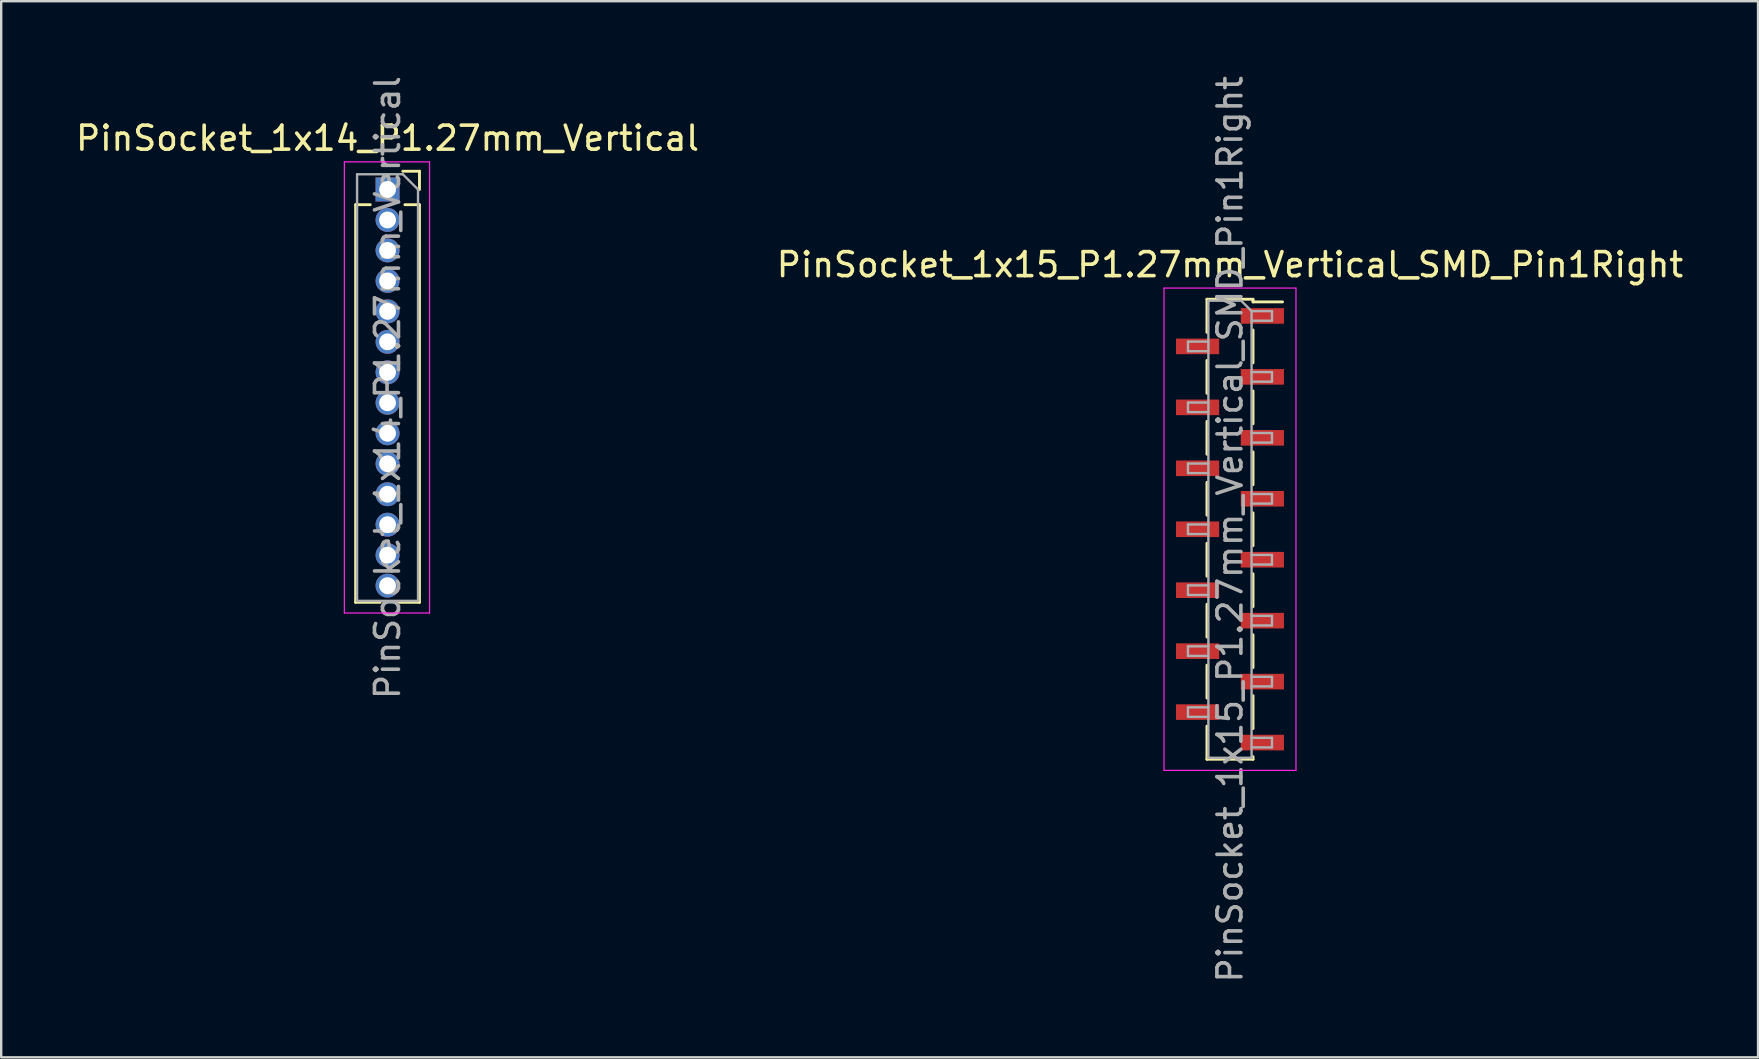
<source format=kicad_pcb>
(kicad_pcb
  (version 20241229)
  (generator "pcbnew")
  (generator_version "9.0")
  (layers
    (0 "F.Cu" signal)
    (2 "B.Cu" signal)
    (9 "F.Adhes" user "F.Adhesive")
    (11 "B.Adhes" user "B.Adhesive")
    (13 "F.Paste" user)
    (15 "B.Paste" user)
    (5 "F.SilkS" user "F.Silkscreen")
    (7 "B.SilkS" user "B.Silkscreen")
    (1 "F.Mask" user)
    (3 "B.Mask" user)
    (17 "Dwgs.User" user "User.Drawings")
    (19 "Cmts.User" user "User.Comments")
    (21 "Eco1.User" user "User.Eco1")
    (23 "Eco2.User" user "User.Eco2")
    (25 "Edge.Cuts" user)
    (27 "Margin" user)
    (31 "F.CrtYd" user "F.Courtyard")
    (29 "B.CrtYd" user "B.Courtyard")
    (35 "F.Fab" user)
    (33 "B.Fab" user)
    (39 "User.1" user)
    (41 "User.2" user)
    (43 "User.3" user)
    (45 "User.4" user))
  (footprint "PinSocket_1x15_P1.27mm_Vertical_SMD_Pin1Right"
    (layer "F.Cu")
    (at 48.208 19.006)
    (property "Reference" "PinSocket_1x15_P1.27mm_Vertical_SMD_Pin1Right" (at 0 -11.025 0) (layer "F.SilkS") (effects (font (size 1 1) (thickness 0.15))))
    (attr smd)
    (fp_line (start -0.96 -9.585) (end -0.96 -8.205) (stroke (width 0.12) (type solid)) (layer "F.SilkS"))
    (fp_line (start -0.96 -9.585) (end 0.96 -9.585) (stroke (width 0.12) (type solid)) (layer "F.SilkS"))
    (fp_line (start -0.96 -7.035) (end -0.96 -5.665) (stroke (width 0.12) (type solid)) (layer "F.SilkS"))
    (fp_line (start -0.96 -4.495) (end -0.96 -3.125) (stroke (width 0.12) (type solid)) (layer "F.SilkS"))
    (fp_line (start -0.96 -1.955) (end -0.96 -0.585) (stroke (width 0.12) (type solid)) (layer "F.SilkS"))
    (fp_line (start -0.96 0.585) (end -0.96 1.955) (stroke (width 0.12) (type solid)) (layer "F.SilkS"))
    (fp_line (start -0.96 3.125) (end -0.96 4.495) (stroke (width 0.12) (type solid)) (layer "F.SilkS"))
    (fp_line (start -0.96 5.665) (end -0.96 7.035) (stroke (width 0.12) (type solid)) (layer "F.SilkS"))
    (fp_line (start -0.96 8.205) (end -0.96 9.585) (stroke (width 0.12) (type solid)) (layer "F.SilkS"))
    (fp_line (start -0.96 9.585) (end 0.96 9.585) (stroke (width 0.12) (type solid)) (layer "F.SilkS"))
    (fp_line (start 0.96 -9.585) (end 0.96 -9.475) (stroke (width 0.12) (type solid)) (layer "F.SilkS"))
    (fp_line (start 0.96 -9.475) (end 2.19 -9.475) (stroke (width 0.12) (type solid)) (layer "F.SilkS"))
    (fp_line (start 0.96 -8.305) (end 0.96 -6.935) (stroke (width 0.12) (type solid)) (layer "F.SilkS"))
    (fp_line (start 0.96 -5.765) (end 0.96 -4.395) (stroke (width 0.12) (type solid)) (layer "F.SilkS"))
    (fp_line (start 0.96 -3.225) (end 0.96 -1.855) (stroke (width 0.12) (type solid)) (layer "F.SilkS"))
    (fp_line (start 0.96 -0.685) (end 0.96 0.685) (stroke (width 0.12) (type solid)) (layer "F.SilkS"))
    (fp_line (start 0.96 1.855) (end 0.96 3.225) (stroke (width 0.12) (type solid)) (layer "F.SilkS"))
    (fp_line (start 0.96 4.395) (end 0.96 5.765) (stroke (width 0.12) (type solid)) (layer "F.SilkS"))
    (fp_line (start 0.96 6.935) (end 0.96 8.305) (stroke (width 0.12) (type solid)) (layer "F.SilkS"))
    (fp_line (start 0.96 9.475) (end 0.96 9.585) (stroke (width 0.12) (type solid)) (layer "F.SilkS"))
    (fp_line (start -2.75 -10.05) (end 2.75 -10.05) (stroke (width 0.05) (type solid)) (layer "F.CrtYd"))
    (fp_line (start -2.75 10.05) (end -2.75 -10.05) (stroke (width 0.05) (type solid)) (layer "F.CrtYd"))
    (fp_line (start 2.75 -10.05) (end 2.75 10.05) (stroke (width 0.05) (type solid)) (layer "F.CrtYd"))
    (fp_line (start 2.75 10.05) (end -2.75 10.05) (stroke (width 0.05) (type solid)) (layer "F.CrtYd"))
    (fp_line (start -1.75 -7.82) (end -0.9 -7.82) (stroke (width 0.1) (type solid)) (layer "F.Fab"))
    (fp_line (start -1.75 -7.42) (end -1.75 -7.82) (stroke (width 0.1) (type solid)) (layer "F.Fab"))
    (fp_line (start -1.75 -5.28) (end -0.9 -5.28) (stroke (width 0.1) (type solid)) (layer "F.Fab"))
    (fp_line (start -1.75 -4.88) (end -1.75 -5.28) (stroke (width 0.1) (type solid)) (layer "F.Fab"))
    (fp_line (start -1.75 -2.74) (end -0.9 -2.74) (stroke (width 0.1) (type solid)) (layer "F.Fab"))
    (fp_line (start -1.75 -2.34) (end -1.75 -2.74) (stroke (width 0.1) (type solid)) (layer "F.Fab"))
    (fp_line (start -1.75 -0.2) (end -0.9 -0.2) (stroke (width 0.1) (type solid)) (layer "F.Fab"))
    (fp_line (start -1.75 0.2) (end -1.75 -0.2) (stroke (width 0.1) (type solid)) (layer "F.Fab"))
    (fp_line (start -1.75 2.34) (end -0.9 2.34) (stroke (width 0.1) (type solid)) (layer "F.Fab"))
    (fp_line (start -1.75 2.74) (end -1.75 2.34) (stroke (width 0.1) (type solid)) (layer "F.Fab"))
    (fp_line (start -1.75 4.88) (end -0.9 4.88) (stroke (width 0.1) (type solid)) (layer "F.Fab"))
    (fp_line (start -1.75 5.28) (end -1.75 4.88) (stroke (width 0.1) (type solid)) (layer "F.Fab"))
    (fp_line (start -1.75 7.42) (end -0.9 7.42) (stroke (width 0.1) (type solid)) (layer "F.Fab"))
    (fp_line (start -1.75 7.82) (end -1.75 7.42) (stroke (width 0.1) (type solid)) (layer "F.Fab"))
    (fp_line (start -0.9 -9.525) (end 0.465 -9.525) (stroke (width 0.1) (type solid)) (layer "F.Fab"))
    (fp_line (start -0.9 -7.42) (end -1.75 -7.42) (stroke (width 0.1) (type solid)) (layer "F.Fab"))
    (fp_line (start -0.9 -4.88) (end -1.75 -4.88) (stroke (width 0.1) (type solid)) (layer "F.Fab"))
    (fp_line (start -0.9 -2.34) (end -1.75 -2.34) (stroke (width 0.1) (type solid)) (layer "F.Fab"))
    (fp_line (start -0.9 0.2) (end -1.75 0.2) (stroke (width 0.1) (type solid)) (layer "F.Fab"))
    (fp_line (start -0.9 2.74) (end -1.75 2.74) (stroke (width 0.1) (type solid)) (layer "F.Fab"))
    (fp_line (start -0.9 5.28) (end -1.75 5.28) (stroke (width 0.1) (type solid)) (layer "F.Fab"))
    (fp_line (start -0.9 7.82) (end -1.75 7.82) (stroke (width 0.1) (type solid)) (layer "F.Fab"))
    (fp_line (start -0.9 9.525) (end -0.9 -9.525) (stroke (width 0.1) (type solid)) (layer "F.Fab"))
    (fp_line (start 0.465 -9.525) (end 0.9 -9.09) (stroke (width 0.1) (type solid)) (layer "F.Fab"))
    (fp_line (start 0.9 -9.09) (end 0.9 9.525) (stroke (width 0.1) (type solid)) (layer "F.Fab"))
    (fp_line (start 0.9 -9.09) (end 1.75 -9.09) (stroke (width 0.1) (type solid)) (layer "F.Fab"))
    (fp_line (start 0.9 -6.55) (end 1.75 -6.55) (stroke (width 0.1) (type solid)) (layer "F.Fab"))
    (fp_line (start 0.9 -4.01) (end 1.75 -4.01) (stroke (width 0.1) (type solid)) (layer "F.Fab"))
    (fp_line (start 0.9 -1.47) (end 1.75 -1.47) (stroke (width 0.1) (type solid)) (layer "F.Fab"))
    (fp_line (start 0.9 1.07) (end 1.75 1.07) (stroke (width 0.1) (type solid)) (layer "F.Fab"))
    (fp_line (start 0.9 3.61) (end 1.75 3.61) (stroke (width 0.1) (type solid)) (layer "F.Fab"))
    (fp_line (start 0.9 6.15) (end 1.75 6.15) (stroke (width 0.1) (type solid)) (layer "F.Fab"))
    (fp_line (start 0.9 8.69) (end 1.75 8.69) (stroke (width 0.1) (type solid)) (layer "F.Fab"))
    (fp_line (start 0.9 9.525) (end -0.9 9.525) (stroke (width 0.1) (type solid)) (layer "F.Fab"))
    (fp_line (start 1.75 -9.09) (end 1.75 -8.69) (stroke (width 0.1) (type solid)) (layer "F.Fab"))
    (fp_line (start 1.75 -8.69) (end 0.9 -8.69) (stroke (width 0.1) (type solid)) (layer "F.Fab"))
    (fp_line (start 1.75 -6.55) (end 1.75 -6.15) (stroke (width 0.1) (type solid)) (layer "F.Fab"))
    (fp_line (start 1.75 -6.15) (end 0.9 -6.15) (stroke (width 0.1) (type solid)) (layer "F.Fab"))
    (fp_line (start 1.75 -4.01) (end 1.75 -3.61) (stroke (width 0.1) (type solid)) (layer "F.Fab"))
    (fp_line (start 1.75 -3.61) (end 0.9 -3.61) (stroke (width 0.1) (type solid)) (layer "F.Fab"))
    (fp_line (start 1.75 -1.47) (end 1.75 -1.07) (stroke (width 0.1) (type solid)) (layer "F.Fab"))
    (fp_line (start 1.75 -1.07) (end 0.9 -1.07) (stroke (width 0.1) (type solid)) (layer "F.Fab"))
    (fp_line (start 1.75 1.07) (end 1.75 1.47) (stroke (width 0.1) (type solid)) (layer "F.Fab"))
    (fp_line (start 1.75 1.47) (end 0.9 1.47) (stroke (width 0.1) (type solid)) (layer "F.Fab"))
    (fp_line (start 1.75 3.61) (end 1.75 4.01) (stroke (width 0.1) (type solid)) (layer "F.Fab"))
    (fp_line (start 1.75 4.01) (end 0.9 4.01) (stroke (width 0.1) (type solid)) (layer "F.Fab"))
    (fp_line (start 1.75 6.15) (end 1.75 6.55) (stroke (width 0.1) (type solid)) (layer "F.Fab"))
    (fp_line (start 1.75 6.55) (end 0.9 6.55) (stroke (width 0.1) (type solid)) (layer "F.Fab"))
    (fp_line (start 1.75 8.69) (end 1.75 9.09) (stroke (width 0.1) (type solid)) (layer "F.Fab"))
    (fp_line (start 1.75 9.09) (end 0.9 9.09) (stroke (width 0.1) (type solid)) (layer "F.Fab"))
    (fp_text user "${REFERENCE}" (at 0 0 90) (layer "F.Fab") (effects (font (size 1 1) (thickness 0.15))))
    (pad "1" smd rect (at 1.35 -8.89) (size 1.8 0.65) (layers "F.Cu" "F.Mask" "F.Paste"))
    (pad "2" smd rect (at -1.35 -7.62) (size 1.8 0.65) (layers "F.Cu" "F.Mask" "F.Paste"))
    (pad "3" smd rect (at 1.35 -6.35) (size 1.8 0.65) (layers "F.Cu" "F.Mask" "F.Paste"))
    (pad "4" smd rect (at -1.35 -5.08) (size 1.8 0.65) (layers "F.Cu" "F.Mask" "F.Paste"))
    (pad "5" smd rect (at 1.35 -3.81) (size 1.8 0.65) (layers "F.Cu" "F.Mask" "F.Paste"))
    (pad "6" smd rect (at -1.35 -2.54) (size 1.8 0.65) (layers "F.Cu" "F.Mask" "F.Paste"))
    (pad "7" smd rect (at 1.35 -1.27) (size 1.8 0.65) (layers "F.Cu" "F.Mask" "F.Paste"))
    (pad "8" smd rect (at -1.35 0) (size 1.8 0.65) (layers "F.Cu" "F.Mask" "F.Paste"))
    (pad "9" smd rect (at 1.35 1.27) (size 1.8 0.65) (layers "F.Cu" "F.Mask" "F.Paste"))
    (pad "10" smd rect (at -1.35 2.54) (size 1.8 0.65) (layers "F.Cu" "F.Mask" "F.Paste"))
    (pad "11" smd rect (at 1.35 3.81) (size 1.8 0.65) (layers "F.Cu" "F.Mask" "F.Paste"))
    (pad "12" smd rect (at -1.35 5.08) (size 1.8 0.65) (layers "F.Cu" "F.Mask" "F.Paste"))
    (pad "13" smd rect (at 1.35 6.35) (size 1.8 0.65) (layers "F.Cu" "F.Mask" "F.Paste"))
    (pad "14" smd rect (at -1.35 7.62) (size 1.8 0.65) (layers "F.Cu" "F.Mask" "F.Paste"))
    (pad "15" smd rect (at 1.35 8.89) (size 1.8 0.65) (layers "F.Cu" "F.Mask" "F.Paste")))
  (footprint "PinSocket_1x14_P1.27mm_Vertical"
    (layer "F.Cu")
    (at 13.101 4.846)
    (property "Reference" "PinSocket_1x14_P1.27mm_Vertical" (at 0 -2.135 0) (layer "F.SilkS") (effects (font (size 1 1) (thickness 0.15))))
    (attr through_hole)
    (fp_line (start -1.33 0.635) (end -1.33 17.205) (stroke (width 0.12) (type solid)) (layer "F.SilkS"))
    (fp_line (start -1.33 0.635) (end -0.722 0.635) (stroke (width 0.12) (type solid)) (layer "F.SilkS"))
    (fp_line (start -1.33 17.205) (end -0.308 17.205) (stroke (width 0.12) (type solid)) (layer "F.SilkS"))
    (fp_line (start 0.308 17.205) (end 1.33 17.205) (stroke (width 0.12) (type solid)) (layer "F.SilkS"))
    (fp_line (start 0.635 -0.76) (end 1.33 -0.76) (stroke (width 0.12) (type solid)) (layer "F.SilkS"))
    (fp_line (start 0.722 0.635) (end 1.33 0.635) (stroke (width 0.12) (type solid)) (layer "F.SilkS"))
    (fp_line (start 1.33 -0.76) (end 1.33 0) (stroke (width 0.12) (type solid)) (layer "F.SilkS"))
    (fp_line (start 1.33 0.635) (end 1.33 17.205) (stroke (width 0.12) (type solid)) (layer "F.SilkS"))
    (fp_line (start -1.8 -1.15) (end 1.75 -1.15) (stroke (width 0.05) (type solid)) (layer "F.CrtYd"))
    (fp_line (start -1.8 17.65) (end -1.8 -1.15) (stroke (width 0.05) (type solid)) (layer "F.CrtYd"))
    (fp_line (start 1.75 -1.15) (end 1.75 17.65) (stroke (width 0.05) (type solid)) (layer "F.CrtYd"))
    (fp_line (start 1.75 17.65) (end -1.8 17.65) (stroke (width 0.05) (type solid)) (layer "F.CrtYd"))
    (fp_line (start -1.27 -0.635) (end 0.635 -0.635) (stroke (width 0.1) (type solid)) (layer "F.Fab"))
    (fp_line (start -1.27 17.145) (end -1.27 -0.635) (stroke (width 0.1) (type solid)) (layer "F.Fab"))
    (fp_line (start 0.635 -0.635) (end 1.27 0) (stroke (width 0.1) (type solid)) (layer "F.Fab"))
    (fp_line (start 1.27 0) (end 1.27 17.145) (stroke (width 0.1) (type solid)) (layer "F.Fab"))
    (fp_line (start 1.27 17.145) (end -1.27 17.145) (stroke (width 0.1) (type solid)) (layer "F.Fab"))
    (fp_text user "${REFERENCE}" (at 0 8.255 90) (layer "F.Fab") (effects (font (size 1 1) (thickness 0.15))))
    (pad "1" thru_hole rect (at 0 0) (size 1 1) (drill 0.7) (layers "*.Cu" "*.Mask"))
    (pad "2" thru_hole oval (at 0 1.27) (size 1 1) (drill 0.7) (layers "*.Cu" "*.Mask"))
    (pad "3" thru_hole oval (at 0 2.54) (size 1 1) (drill 0.7) (layers "*.Cu" "*.Mask"))
    (pad "4" thru_hole oval (at 0 3.81) (size 1 1) (drill 0.7) (layers "*.Cu" "*.Mask"))
    (pad "5" thru_hole oval (at 0 5.08) (size 1 1) (drill 0.7) (layers "*.Cu" "*.Mask"))
    (pad "6" thru_hole oval (at 0 6.35) (size 1 1) (drill 0.7) (layers "*.Cu" "*.Mask"))
    (pad "7" thru_hole oval (at 0 7.62) (size 1 1) (drill 0.7) (layers "*.Cu" "*.Mask"))
    (pad "8" thru_hole oval (at 0 8.89) (size 1 1) (drill 0.7) (layers "*.Cu" "*.Mask"))
    (pad "9" thru_hole oval (at 0 10.16) (size 1 1) (drill 0.7) (layers "*.Cu" "*.Mask"))
    (pad "10" thru_hole oval (at 0 11.43) (size 1 1) (drill 0.7) (layers "*.Cu" "*.Mask"))
    (pad "11" thru_hole oval (at 0 12.7) (size 1 1) (drill 0.7) (layers "*.Cu" "*.Mask"))
    (pad "12" thru_hole oval (at 0 13.97) (size 1 1) (drill 0.7) (layers "*.Cu" "*.Mask"))
    (pad "13" thru_hole oval (at 0 15.24) (size 1 1) (drill 0.7) (layers "*.Cu" "*.Mask"))
    (pad "14" thru_hole oval (at 0 16.51) (size 1 1) (drill 0.7) (layers "*.Cu" "*.Mask")))
  (gr_rect
    (start -3 -3)
    (end 70.214 41.012)
    (stroke (width 0.1) (type default))
    (fill no)
    (layer "Edge.Cuts")))
</source>
